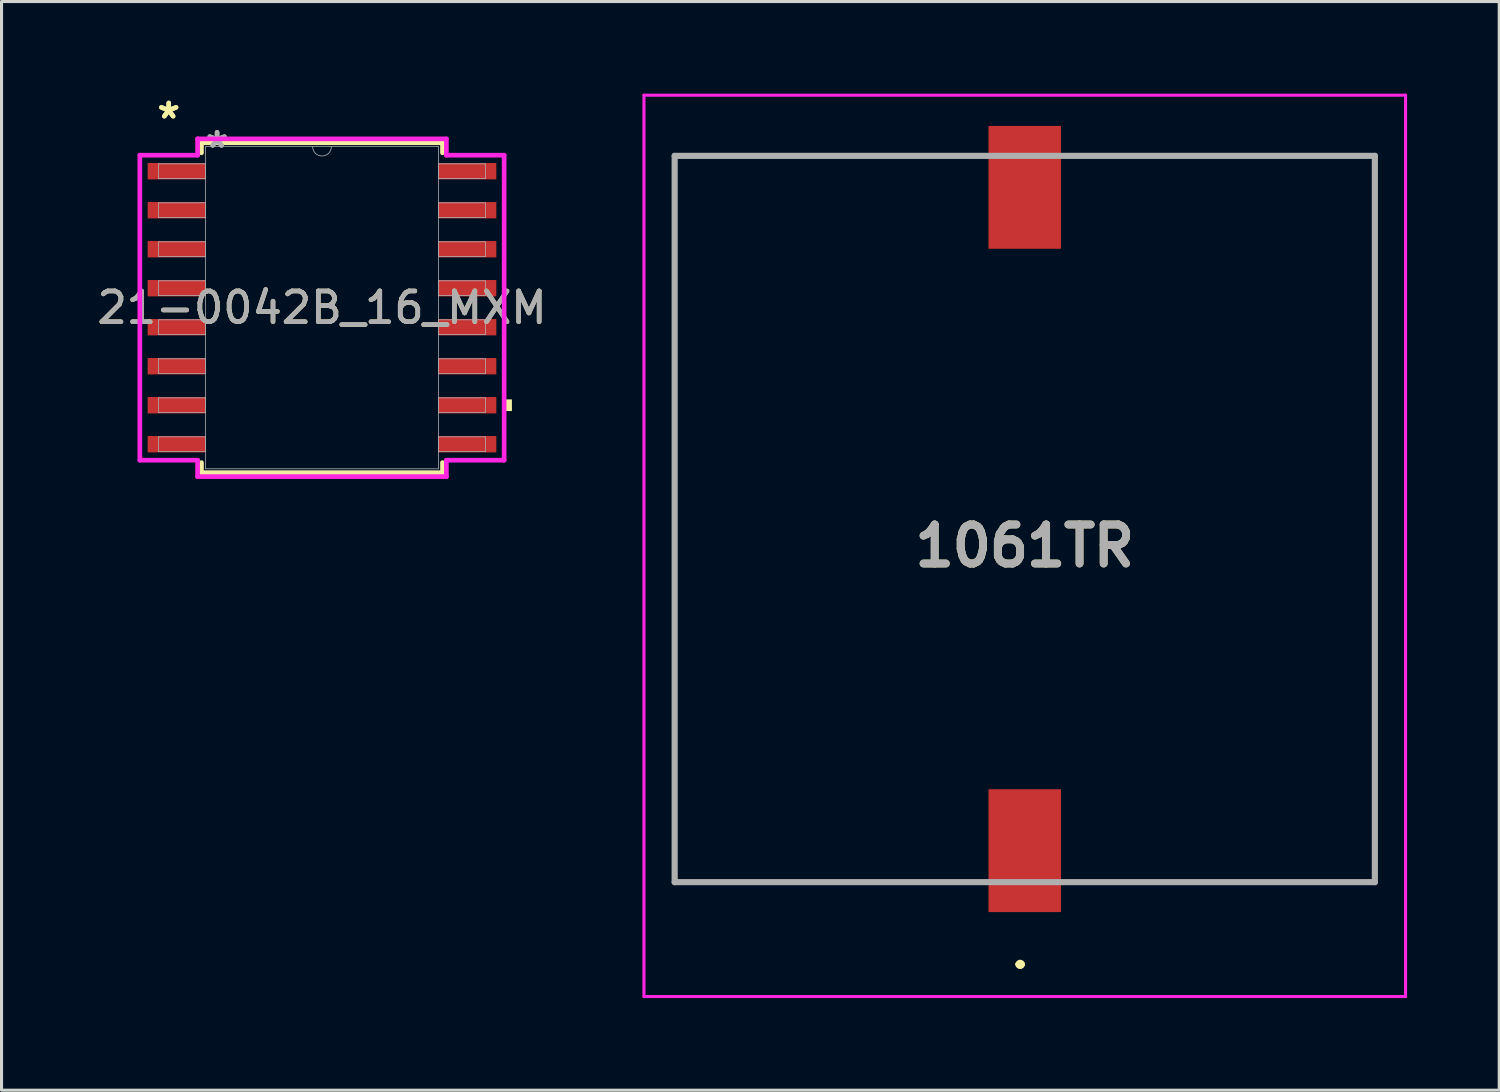
<source format=kicad_pcb>
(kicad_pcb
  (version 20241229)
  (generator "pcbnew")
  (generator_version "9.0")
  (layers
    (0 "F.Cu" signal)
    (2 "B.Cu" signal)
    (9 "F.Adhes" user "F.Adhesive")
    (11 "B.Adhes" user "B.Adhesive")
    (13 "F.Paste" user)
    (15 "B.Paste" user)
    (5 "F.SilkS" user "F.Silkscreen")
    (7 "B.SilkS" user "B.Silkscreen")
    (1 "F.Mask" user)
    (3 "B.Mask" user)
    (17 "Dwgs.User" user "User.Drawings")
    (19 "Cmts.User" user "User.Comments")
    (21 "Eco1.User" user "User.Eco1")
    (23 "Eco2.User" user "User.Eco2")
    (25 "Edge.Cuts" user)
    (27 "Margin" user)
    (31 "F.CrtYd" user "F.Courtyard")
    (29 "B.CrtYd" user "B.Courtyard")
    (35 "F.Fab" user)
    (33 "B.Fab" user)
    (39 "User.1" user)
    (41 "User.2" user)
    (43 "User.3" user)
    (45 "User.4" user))
  (footprint "21-0042B_16_MXM"
    (layer "F.Cu")
    (at 7.435 6.97)
    (property "Reference" "21-0042B_16_MXM" (at 0 0 0) (unlocked yes) (layer "F.SilkS") (effects (font (size 1 1) (thickness 0.15))))
    (attr smd)
    (fp_line (start -3.924 -5.372) (end -3.924 -5.044) (stroke (width 0.152) (type solid)) (layer "F.SilkS"))
    (fp_line (start -3.924 5.044) (end -3.924 5.372) (stroke (width 0.152) (type solid)) (layer "F.SilkS"))
    (fp_line (start -3.924 5.372) (end 3.924 5.372) (stroke (width 0.152) (type solid)) (layer "F.SilkS"))
    (fp_line (start 3.924 -5.372) (end -3.924 -5.372) (stroke (width 0.152) (type solid)) (layer "F.SilkS"))
    (fp_line (start 3.924 -5.044) (end 3.924 -5.372) (stroke (width 0.152) (type solid)) (layer "F.SilkS"))
    (fp_line (start 3.924 5.372) (end 3.924 5.044) (stroke (width 0.152) (type solid)) (layer "F.SilkS"))
    (fp_poly (pts (xy 6.185 2.985) (xy 6.185 3.365) (xy 5.931 3.365) (xy 5.931 2.985)) (stroke (width 0) (type solid)) (fill yes) (layer "F.SilkS"))
    (fp_line (start -5.931 -4.966) (end -4.051 -4.966) (stroke (width 0.152) (type solid)) (layer "F.CrtYd"))
    (fp_line (start -5.931 4.966) (end -5.931 -4.966) (stroke (width 0.152) (type solid)) (layer "F.CrtYd"))
    (fp_line (start -5.931 4.966) (end -4.051 4.966) (stroke (width 0.152) (type solid)) (layer "F.CrtYd"))
    (fp_line (start -4.051 -5.499) (end 4.051 -5.499) (stroke (width 0.152) (type solid)) (layer "F.CrtYd"))
    (fp_line (start -4.051 -4.966) (end -4.051 -5.499) (stroke (width 0.152) (type solid)) (layer "F.CrtYd"))
    (fp_line (start -4.051 5.499) (end -4.051 4.966) (stroke (width 0.152) (type solid)) (layer "F.CrtYd"))
    (fp_line (start 4.051 -5.499) (end 4.051 -4.966) (stroke (width 0.152) (type solid)) (layer "F.CrtYd"))
    (fp_line (start 4.051 4.966) (end 4.051 5.499) (stroke (width 0.152) (type solid)) (layer "F.CrtYd"))
    (fp_line (start 4.051 5.499) (end -4.051 5.499) (stroke (width 0.152) (type solid)) (layer "F.CrtYd"))
    (fp_line (start 5.931 -4.966) (end 4.051 -4.966) (stroke (width 0.152) (type solid)) (layer "F.CrtYd"))
    (fp_line (start 5.931 -4.966) (end 5.931 4.966) (stroke (width 0.152) (type solid)) (layer "F.CrtYd"))
    (fp_line (start 5.931 4.966) (end 4.051 4.966) (stroke (width 0.152) (type solid)) (layer "F.CrtYd"))
    (fp_line (start -5.321 -4.686) (end -5.321 -4.204) (stroke (width 0.025) (type solid)) (layer "F.Fab"))
    (fp_line (start -5.321 -4.204) (end -3.797 -4.204) (stroke (width 0.025) (type solid)) (layer "F.Fab"))
    (fp_line (start -5.321 -3.416) (end -5.321 -2.934) (stroke (width 0.025) (type solid)) (layer "F.Fab"))
    (fp_line (start -5.321 -2.934) (end -3.797 -2.934) (stroke (width 0.025) (type solid)) (layer "F.Fab"))
    (fp_line (start -5.321 -2.146) (end -5.321 -1.664) (stroke (width 0.025) (type solid)) (layer "F.Fab"))
    (fp_line (start -5.321 -1.664) (end -3.797 -1.664) (stroke (width 0.025) (type solid)) (layer "F.Fab"))
    (fp_line (start -5.321 -0.876) (end -5.321 -0.394) (stroke (width 0.025) (type solid)) (layer "F.Fab"))
    (fp_line (start -5.321 -0.394) (end -3.797 -0.394) (stroke (width 0.025) (type solid)) (layer "F.Fab"))
    (fp_line (start -5.321 0.394) (end -5.321 0.876) (stroke (width 0.025) (type solid)) (layer "F.Fab"))
    (fp_line (start -5.321 0.876) (end -3.797 0.876) (stroke (width 0.025) (type solid)) (layer "F.Fab"))
    (fp_line (start -5.321 1.664) (end -5.321 2.146) (stroke (width 0.025) (type solid)) (layer "F.Fab"))
    (fp_line (start -5.321 2.146) (end -3.797 2.146) (stroke (width 0.025) (type solid)) (layer "F.Fab"))
    (fp_line (start -5.321 2.934) (end -5.321 3.416) (stroke (width 0.025) (type solid)) (layer "F.Fab"))
    (fp_line (start -5.321 3.416) (end -3.797 3.416) (stroke (width 0.025) (type solid)) (layer "F.Fab"))
    (fp_line (start -5.321 4.204) (end -5.321 4.686) (stroke (width 0.025) (type solid)) (layer "F.Fab"))
    (fp_line (start -5.321 4.686) (end -3.797 4.686) (stroke (width 0.025) (type solid)) (layer "F.Fab"))
    (fp_line (start -3.797 -5.245) (end -3.797 5.245) (stroke (width 0.025) (type solid)) (layer "F.Fab"))
    (fp_line (start -3.797 -4.686) (end -5.321 -4.686) (stroke (width 0.025) (type solid)) (layer "F.Fab"))
    (fp_line (start -3.797 -4.204) (end -3.797 -4.686) (stroke (width 0.025) (type solid)) (layer "F.Fab"))
    (fp_line (start -3.797 -3.416) (end -5.321 -3.416) (stroke (width 0.025) (type solid)) (layer "F.Fab"))
    (fp_line (start -3.797 -2.934) (end -3.797 -3.416) (stroke (width 0.025) (type solid)) (layer "F.Fab"))
    (fp_line (start -3.797 -2.146) (end -5.321 -2.146) (stroke (width 0.025) (type solid)) (layer "F.Fab"))
    (fp_line (start -3.797 -1.664) (end -3.797 -2.146) (stroke (width 0.025) (type solid)) (layer "F.Fab"))
    (fp_line (start -3.797 -0.876) (end -5.321 -0.876) (stroke (width 0.025) (type solid)) (layer "F.Fab"))
    (fp_line (start -3.797 -0.394) (end -3.797 -0.876) (stroke (width 0.025) (type solid)) (layer "F.Fab"))
    (fp_line (start -3.797 0.394) (end -5.321 0.394) (stroke (width 0.025) (type solid)) (layer "F.Fab"))
    (fp_line (start -3.797 0.876) (end -3.797 0.394) (stroke (width 0.025) (type solid)) (layer "F.Fab"))
    (fp_line (start -3.797 1.664) (end -5.321 1.664) (stroke (width 0.025) (type solid)) (layer "F.Fab"))
    (fp_line (start -3.797 2.146) (end -3.797 1.664) (stroke (width 0.025) (type solid)) (layer "F.Fab"))
    (fp_line (start -3.797 2.934) (end -5.321 2.934) (stroke (width 0.025) (type solid)) (layer "F.Fab"))
    (fp_line (start -3.797 3.416) (end -3.797 2.934) (stroke (width 0.025) (type solid)) (layer "F.Fab"))
    (fp_line (start -3.797 4.204) (end -5.321 4.204) (stroke (width 0.025) (type solid)) (layer "F.Fab"))
    (fp_line (start -3.797 4.686) (end -3.797 4.204) (stroke (width 0.025) (type solid)) (layer "F.Fab"))
    (fp_line (start -3.797 5.245) (end 3.797 5.245) (stroke (width 0.025) (type solid)) (layer "F.Fab"))
    (fp_line (start 3.797 -5.245) (end -3.797 -5.245) (stroke (width 0.025) (type solid)) (layer "F.Fab"))
    (fp_line (start 3.797 -4.686) (end 3.797 -4.204) (stroke (width 0.025) (type solid)) (layer "F.Fab"))
    (fp_line (start 3.797 -4.204) (end 5.321 -4.204) (stroke (width 0.025) (type solid)) (layer "F.Fab"))
    (fp_line (start 3.797 -3.416) (end 3.797 -2.934) (stroke (width 0.025) (type solid)) (layer "F.Fab"))
    (fp_line (start 3.797 -2.934) (end 5.321 -2.934) (stroke (width 0.025) (type solid)) (layer "F.Fab"))
    (fp_line (start 3.797 -2.146) (end 3.797 -1.664) (stroke (width 0.025) (type solid)) (layer "F.Fab"))
    (fp_line (start 3.797 -1.664) (end 5.321 -1.664) (stroke (width 0.025) (type solid)) (layer "F.Fab"))
    (fp_line (start 3.797 -0.876) (end 3.797 -0.394) (stroke (width 0.025) (type solid)) (layer "F.Fab"))
    (fp_line (start 3.797 -0.394) (end 5.321 -0.394) (stroke (width 0.025) (type solid)) (layer "F.Fab"))
    (fp_line (start 3.797 0.394) (end 3.797 0.876) (stroke (width 0.025) (type solid)) (layer "F.Fab"))
    (fp_line (start 3.797 0.876) (end 5.321 0.876) (stroke (width 0.025) (type solid)) (layer "F.Fab"))
    (fp_line (start 3.797 1.664) (end 3.797 2.146) (stroke (width 0.025) (type solid)) (layer "F.Fab"))
    (fp_line (start 3.797 2.146) (end 5.321 2.146) (stroke (width 0.025) (type solid)) (layer "F.Fab"))
    (fp_line (start 3.797 2.934) (end 3.797 3.416) (stroke (width 0.025) (type solid)) (layer "F.Fab"))
    (fp_line (start 3.797 3.416) (end 5.321 3.416) (stroke (width 0.025) (type solid)) (layer "F.Fab"))
    (fp_line (start 3.797 4.204) (end 3.797 4.686) (stroke (width 0.025) (type solid)) (layer "F.Fab"))
    (fp_line (start 3.797 4.686) (end 5.321 4.686) (stroke (width 0.025) (type solid)) (layer "F.Fab"))
    (fp_line (start 3.797 5.245) (end 3.797 -5.245) (stroke (width 0.025) (type solid)) (layer "F.Fab"))
    (fp_line (start 5.321 -4.686) (end 3.797 -4.686) (stroke (width 0.025) (type solid)) (layer "F.Fab"))
    (fp_line (start 5.321 -4.204) (end 5.321 -4.686) (stroke (width 0.025) (type solid)) (layer "F.Fab"))
    (fp_line (start 5.321 -3.416) (end 3.797 -3.416) (stroke (width 0.025) (type solid)) (layer "F.Fab"))
    (fp_line (start 5.321 -2.934) (end 5.321 -3.416) (stroke (width 0.025) (type solid)) (layer "F.Fab"))
    (fp_line (start 5.321 -2.146) (end 3.797 -2.146) (stroke (width 0.025) (type solid)) (layer "F.Fab"))
    (fp_line (start 5.321 -1.664) (end 5.321 -2.146) (stroke (width 0.025) (type solid)) (layer "F.Fab"))
    (fp_line (start 5.321 -0.876) (end 3.797 -0.876) (stroke (width 0.025) (type solid)) (layer "F.Fab"))
    (fp_line (start 5.321 -0.394) (end 5.321 -0.876) (stroke (width 0.025) (type solid)) (layer "F.Fab"))
    (fp_line (start 5.321 0.394) (end 3.797 0.394) (stroke (width 0.025) (type solid)) (layer "F.Fab"))
    (fp_line (start 5.321 0.876) (end 5.321 0.394) (stroke (width 0.025) (type solid)) (layer "F.Fab"))
    (fp_line (start 5.321 1.664) (end 3.797 1.664) (stroke (width 0.025) (type solid)) (layer "F.Fab"))
    (fp_line (start 5.321 2.146) (end 5.321 1.664) (stroke (width 0.025) (type solid)) (layer "F.Fab"))
    (fp_line (start 5.321 2.934) (end 3.797 2.934) (stroke (width 0.025) (type solid)) (layer "F.Fab"))
    (fp_line (start 5.321 3.416) (end 5.321 2.934) (stroke (width 0.025) (type solid)) (layer "F.Fab"))
    (fp_line (start 5.321 4.204) (end 3.797 4.204) (stroke (width 0.025) (type solid)) (layer "F.Fab"))
    (fp_line (start 5.321 4.686) (end 5.321 4.204) (stroke (width 0.025) (type solid)) (layer "F.Fab"))
    (fp_arc (start 0.3048 -5.2451) (mid 0 -4.9403) (end -0.3048 -5.2451) (stroke (width 0.0254) (type solid)) (layer "F.Fab"))
    (fp_text user "*" (at -4.991 -6.121 0) (unlocked yes) (layer "F.SilkS") (effects (font (size 1 1) (thickness 0.15))))
    (fp_text user "*" (at -4.991 -6.121 0) (layer "F.SilkS") (effects (font (size 1 1) (thickness 0.15))))
    (fp_text user "*" (at -3.416 -5.169 0) (unlocked yes) (layer "F.Fab") (effects (font (size 1 1) (thickness 0.15))))
    (fp_text user "${REFERENCE}" (at 0 0 0) (unlocked yes) (layer "F.Fab") (effects (font (size 1 1) (thickness 0.15))))
    (fp_text user "*" (at -3.416 -5.169 0) (layer "F.Fab") (effects (font (size 1 1) (thickness 0.15))))
    (pad "1" smd rect (at -4.737 -4.445) (size 1.88 0.533) (layers "F.Cu" "F.Mask" "F.Paste"))
    (pad "2" smd rect (at -4.737 -3.175) (size 1.88 0.533) (layers "F.Cu" "F.Mask" "F.Paste"))
    (pad "3" smd rect (at -4.737 -1.905) (size 1.88 0.533) (layers "F.Cu" "F.Mask" "F.Paste"))
    (pad "4" smd rect (at -4.737 -0.635) (size 1.88 0.533) (layers "F.Cu" "F.Mask" "F.Paste"))
    (pad "5" smd rect (at -4.737 0.635) (size 1.88 0.533) (layers "F.Cu" "F.Mask" "F.Paste"))
    (pad "6" smd rect (at -4.737 1.905) (size 1.88 0.533) (layers "F.Cu" "F.Mask" "F.Paste"))
    (pad "7" smd rect (at -4.737 3.175) (size 1.88 0.533) (layers "F.Cu" "F.Mask" "F.Paste"))
    (pad "8" smd rect (at -4.737 4.445) (size 1.88 0.533) (layers "F.Cu" "F.Mask" "F.Paste"))
    (pad "9" smd rect (at 4.737 4.445) (size 1.88 0.533) (layers "F.Cu" "F.Mask" "F.Paste"))
    (pad "10" smd rect (at 4.737 3.175) (size 1.88 0.533) (layers "F.Cu" "F.Mask" "F.Paste"))
    (pad "11" smd rect (at 4.737 1.905) (size 1.88 0.533) (layers "F.Cu" "F.Mask" "F.Paste"))
    (pad "12" smd rect (at 4.737 0.635) (size 1.88 0.533) (layers "F.Cu" "F.Mask" "F.Paste"))
    (pad "13" smd rect (at 4.737 -0.635) (size 1.88 0.533) (layers "F.Cu" "F.Mask" "F.Paste"))
    (pad "14" smd rect (at 4.737 -1.905) (size 1.88 0.533) (layers "F.Cu" "F.Mask" "F.Paste"))
    (pad "15" smd rect (at 4.737 -3.175) (size 1.88 0.533) (layers "F.Cu" "F.Mask" "F.Paste"))
    (pad "16" smd rect (at 4.737 -4.445) (size 1.88 0.533) (layers "F.Cu" "F.Mask" "F.Paste")))
  (footprint "1061TR"
    (layer "F.Cu")
    (at 30.319 13.85)
    (property "Reference" "1061TR" (at 0 0.875 0) (layer "F.SilkS") (effects (font (size 1.27 1.27) (thickness 0.254))))
    (attr smd)
    (fp_line (start -11.4 -11.825) (end -11.4 -11.825) (stroke (width 0.1) (type solid)) (layer "F.SilkS"))
    (fp_line (start -11.4 -11.825) (end -11.4 -11.825) (stroke (width 0.1) (type solid)) (layer "F.SilkS"))
    (fp_line (start -11.4 -11.825) (end -11.4 11.825) (stroke (width 0.1) (type solid)) (layer "F.SilkS"))
    (fp_line (start -11.4 -11.825) (end -2.5 -11.825) (stroke (width 0.1) (type solid)) (layer "F.SilkS"))
    (fp_line (start -11.4 11.825) (end -11.4 -11.825) (stroke (width 0.1) (type solid)) (layer "F.SilkS"))
    (fp_line (start -11.4 11.825) (end -11.4 11.825) (stroke (width 0.1) (type solid)) (layer "F.SilkS"))
    (fp_line (start -11.4 11.825) (end -11.4 11.825) (stroke (width 0.1) (type solid)) (layer "F.SilkS"))
    (fp_line (start -11.4 11.825) (end -2.5 11.825) (stroke (width 0.1) (type solid)) (layer "F.SilkS"))
    (fp_line (start -2.5 -11.825) (end -11.4 -11.825) (stroke (width 0.1) (type solid)) (layer "F.SilkS"))
    (fp_line (start -2.5 -11.825) (end -2.5 -11.825) (stroke (width 0.1) (type solid)) (layer "F.SilkS"))
    (fp_line (start -2.5 11.825) (end -11.4 11.825) (stroke (width 0.1) (type solid)) (layer "F.SilkS"))
    (fp_line (start -2.5 11.825) (end -2.5 11.825) (stroke (width 0.1) (type solid)) (layer "F.SilkS"))
    (fp_line (start -0.2 14.5) (end -0.2 14.5) (stroke (width 0.2) (type solid)) (layer "F.SilkS"))
    (fp_line (start -0.2 14.5) (end -0.2 14.5) (stroke (width 0.2) (type solid)) (layer "F.SilkS"))
    (fp_line (start -0.1 14.5) (end -0.1 14.5) (stroke (width 0.2) (type solid)) (layer "F.SilkS"))
    (fp_line (start 2.5 11.825) (end 2.5 11.825) (stroke (width 0.1) (type solid)) (layer "F.SilkS"))
    (fp_line (start 2.5 11.825) (end 11.4 11.825) (stroke (width 0.1) (type solid)) (layer "F.SilkS"))
    (fp_line (start 2.75 -11.825) (end 2.75 -11.825) (stroke (width 0.1) (type solid)) (layer "F.SilkS"))
    (fp_line (start 2.75 -11.825) (end 11.4 -11.825) (stroke (width 0.1) (type solid)) (layer "F.SilkS"))
    (fp_line (start 11.4 -11.825) (end 2.75 -11.825) (stroke (width 0.1) (type solid)) (layer "F.SilkS"))
    (fp_line (start 11.4 -11.825) (end 11.4 -11.825) (stroke (width 0.1) (type solid)) (layer "F.SilkS"))
    (fp_line (start 11.4 -11.825) (end 11.4 -11.825) (stroke (width 0.1) (type solid)) (layer "F.SilkS"))
    (fp_line (start 11.4 -11.825) (end 11.4 11.825) (stroke (width 0.1) (type solid)) (layer "F.SilkS"))
    (fp_line (start 11.4 11.825) (end 2.5 11.825) (stroke (width 0.1) (type solid)) (layer "F.SilkS"))
    (fp_line (start 11.4 11.825) (end 11.4 -11.825) (stroke (width 0.1) (type solid)) (layer "F.SilkS"))
    (fp_line (start 11.4 11.825) (end 11.4 11.825) (stroke (width 0.1) (type solid)) (layer "F.SilkS"))
    (fp_line (start 11.4 11.825) (end 11.4 11.825) (stroke (width 0.1) (type solid)) (layer "F.SilkS"))
    (fp_arc (start -0.2 14.5) (mid -0.15 14.45) (end -0.1 14.5) (stroke (width 0.2) (type solid)) (layer "F.SilkS"))
    (fp_arc (start -0.1 14.5) (mid -0.15 14.55) (end -0.2 14.5) (stroke (width 0.2) (type solid)) (layer "F.SilkS"))
    (fp_arc (start -0.1 14.5) (mid -0.15 14.55) (end -0.2 14.5) (stroke (width 0.2) (type solid)) (layer "F.SilkS"))
    (fp_line (start -12.4 -13.8) (end 12.4 -13.8) (stroke (width 0.1) (type solid)) (layer "F.CrtYd"))
    (fp_line (start -12.4 15.55) (end -12.4 -13.8) (stroke (width 0.1) (type solid)) (layer "F.CrtYd"))
    (fp_line (start 12.4 -13.8) (end 12.4 15.55) (stroke (width 0.1) (type solid)) (layer "F.CrtYd"))
    (fp_line (start 12.4 15.55) (end -12.4 15.55) (stroke (width 0.1) (type solid)) (layer "F.CrtYd"))
    (fp_line (start -11.4 -11.825) (end -11.4 11.825) (stroke (width 0.2) (type solid)) (layer "F.Fab"))
    (fp_line (start -11.4 11.825) (end 11.4 11.825) (stroke (width 0.2) (type solid)) (layer "F.Fab"))
    (fp_line (start 11.4 -11.825) (end -11.4 -11.825) (stroke (width 0.2) (type solid)) (layer "F.Fab"))
    (fp_line (start 11.4 11.825) (end 11.4 -11.825) (stroke (width 0.2) (type solid)) (layer "F.Fab"))
    (fp_text user "${REFERENCE}" (at 0 0.875 0) (layer "F.Fab") (effects (font (size 1.27 1.27) (thickness 0.254))))
    (pad "1" smd rect (at 0 10.8) (size 2.36 4) (layers "F.Cu" "F.Mask" "F.Paste"))
    (pad "2" smd rect (at 0 -10.8) (size 2.36 4) (layers "F.Cu" "F.Mask" "F.Paste")))
  (gr_rect
    (start -3 -3)
    (end 45.769 32.45)
    (stroke (width 0.1) (type default))
    (fill no)
    (layer "Edge.Cuts")))
</source>
